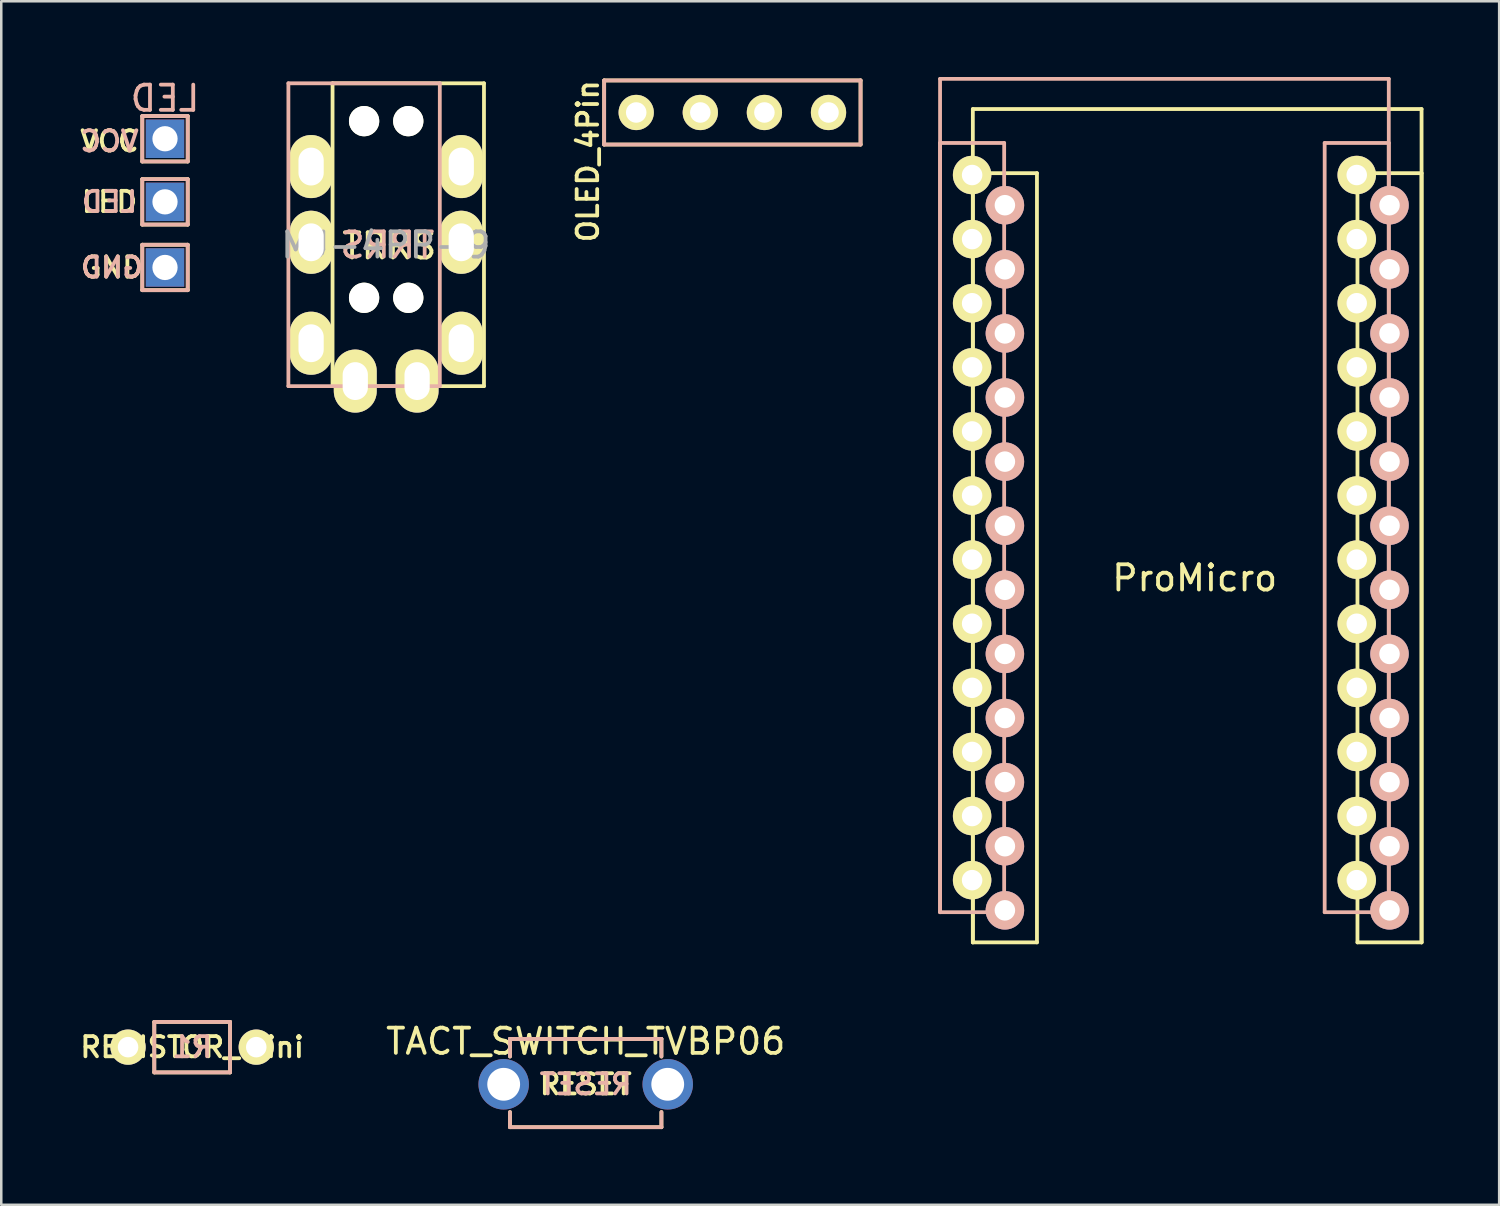
<source format=kicad_pcb>
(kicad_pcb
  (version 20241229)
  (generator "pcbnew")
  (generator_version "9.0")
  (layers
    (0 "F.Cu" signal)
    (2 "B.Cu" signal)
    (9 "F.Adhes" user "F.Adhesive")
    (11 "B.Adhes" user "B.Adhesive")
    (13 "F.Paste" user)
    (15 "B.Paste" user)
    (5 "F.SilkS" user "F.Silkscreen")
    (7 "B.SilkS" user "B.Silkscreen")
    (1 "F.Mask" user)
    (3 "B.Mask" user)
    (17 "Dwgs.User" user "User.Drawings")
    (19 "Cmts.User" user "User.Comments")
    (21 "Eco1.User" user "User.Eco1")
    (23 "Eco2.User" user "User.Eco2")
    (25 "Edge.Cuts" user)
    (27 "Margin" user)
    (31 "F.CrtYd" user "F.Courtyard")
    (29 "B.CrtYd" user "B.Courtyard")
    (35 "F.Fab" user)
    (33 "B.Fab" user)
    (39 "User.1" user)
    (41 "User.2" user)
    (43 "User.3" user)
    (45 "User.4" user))
  (footprint "ProMicro"
    (layer "F.Cu")
    (at 44.289 18.655)
    (property "Reference" "ProMicro" (at 0 1.2 0) (layer "F.SilkS") (effects (font (size 1 1) (thickness 0.15))))
    (attr through_hole)
    (fp_line (start -8.791 -17.384) (end -8.791 15.636) (stroke (width 0.15) (type solid)) (layer "F.SilkS"))
    (fp_line (start -8.791 -14.844) (end -8.791 15.636) (stroke (width 0.15) (type solid)) (layer "F.SilkS"))
    (fp_line (start -8.791 15.636) (end -6.251 15.636) (stroke (width 0.15) (type solid)) (layer "F.SilkS"))
    (fp_line (start -6.251 -14.844) (end -8.791 -14.844) (stroke (width 0.15) (type solid)) (layer "F.SilkS"))
    (fp_line (start -6.251 15.636) (end -6.251 -14.844) (stroke (width 0.15) (type solid)) (layer "F.SilkS"))
    (fp_line (start 6.449 -14.844) (end 6.449 15.636) (stroke (width 0.15) (type solid)) (layer "F.SilkS"))
    (fp_line (start 6.449 15.636) (end 8.989 15.636) (stroke (width 0.15) (type solid)) (layer "F.SilkS"))
    (fp_line (start 8.989 -17.384) (end -8.791 -17.384) (stroke (width 0.15) (type solid)) (layer "F.SilkS"))
    (fp_line (start 8.989 -14.844) (end 6.449 -14.844) (stroke (width 0.15) (type solid)) (layer "F.SilkS"))
    (fp_line (start 8.989 15.636) (end 8.989 -17.384) (stroke (width 0.15) (type solid)) (layer "F.SilkS"))
    (fp_line (start 8.989 15.636) (end 8.989 -14.844) (stroke (width 0.15) (type solid)) (layer "F.SilkS"))
    (fp_line (start -10.09 -18.58) (end 7.69 -18.58) (stroke (width 0.15) (type solid)) (layer "B.SilkS"))
    (fp_line (start -10.09 -16.04) (end -7.55 -16.04) (stroke (width 0.15) (type solid)) (layer "B.SilkS"))
    (fp_line (start -10.09 14.44) (end -10.09 -18.58) (stroke (width 0.15) (type solid)) (layer "B.SilkS"))
    (fp_line (start -10.09 14.44) (end -10.09 -16.04) (stroke (width 0.15) (type solid)) (layer "B.SilkS"))
    (fp_line (start -7.55 -16.04) (end -7.55 14.44) (stroke (width 0.15) (type solid)) (layer "B.SilkS"))
    (fp_line (start -7.55 14.44) (end -10.09 14.44) (stroke (width 0.15) (type solid)) (layer "B.SilkS"))
    (fp_line (start 5.15 -16.04) (end 7.69 -16.04) (stroke (width 0.15) (type solid)) (layer "B.SilkS"))
    (fp_line (start 5.15 14.44) (end 5.15 -16.04) (stroke (width 0.15) (type solid)) (layer "B.SilkS"))
    (fp_line (start 7.69 -18.58) (end 7.69 14.44) (stroke (width 0.15) (type solid)) (layer "B.SilkS"))
    (fp_line (start 7.69 -16.04) (end 7.69 14.44) (stroke (width 0.15) (type solid)) (layer "B.SilkS"))
    (fp_line (start 7.69 14.44) (end 5.15 14.44) (stroke (width 0.15) (type solid)) (layer "B.SilkS"))
    (pad "1" thru_hole circle (at -8.82 -14.77) (size 1.524 1.524) (drill 0.813) (layers "*.Cu" "*.Mask" "F.SilkS"))
    (pad "1" thru_hole circle (at 7.719 -13.574 180) (size 1.524 1.524) (drill 0.813) (layers "*.Cu" "*.Mask" "B.SilkS"))
    (pad "2" thru_hole circle (at -8.82 -12.23) (size 1.524 1.524) (drill 0.813) (layers "*.Cu" "*.Mask" "F.SilkS"))
    (pad "2" thru_hole circle (at 7.719 -11.034 180) (size 1.524 1.524) (drill 0.813) (layers "*.Cu" "*.Mask" "B.SilkS"))
    (pad "3" thru_hole circle (at -8.82 -9.69) (size 1.524 1.524) (drill 0.813) (layers "*.Cu" "*.Mask" "F.SilkS"))
    (pad "3" thru_hole circle (at 7.719 -8.494 180) (size 1.524 1.524) (drill 0.813) (layers "*.Cu" "*.Mask" "B.SilkS"))
    (pad "4" thru_hole circle (at -8.82 -7.15) (size 1.524 1.524) (drill 0.813) (layers "*.Cu" "*.Mask" "F.SilkS"))
    (pad "4" thru_hole circle (at 7.719 -5.954 180) (size 1.524 1.524) (drill 0.813) (layers "*.Cu" "*.Mask" "B.SilkS"))
    (pad "5" thru_hole circle (at -8.82 -4.61) (size 1.524 1.524) (drill 0.813) (layers "*.Cu" "*.Mask" "F.SilkS"))
    (pad "5" thru_hole circle (at 7.719 -3.414 180) (size 1.524 1.524) (drill 0.813) (layers "*.Cu" "*.Mask" "B.SilkS"))
    (pad "6" thru_hole circle (at -8.82 -2.07) (size 1.524 1.524) (drill 0.813) (layers "*.Cu" "*.Mask" "F.SilkS"))
    (pad "6" thru_hole circle (at 7.719 -0.874 180) (size 1.524 1.524) (drill 0.813) (layers "*.Cu" "*.Mask" "B.SilkS"))
    (pad "7" thru_hole circle (at -8.82 0.47) (size 1.524 1.524) (drill 0.813) (layers "*.Cu" "*.Mask" "F.SilkS"))
    (pad "7" thru_hole circle (at 7.719 1.666 180) (size 1.524 1.524) (drill 0.813) (layers "*.Cu" "*.Mask" "B.SilkS"))
    (pad "8" thru_hole circle (at -8.82 3.01) (size 1.524 1.524) (drill 0.813) (layers "*.Cu" "*.Mask" "F.SilkS"))
    (pad "8" thru_hole circle (at 7.719 4.206 180) (size 1.524 1.524) (drill 0.813) (layers "*.Cu" "*.Mask" "B.SilkS"))
    (pad "9" thru_hole circle (at -8.82 5.55) (size 1.524 1.524) (drill 0.813) (layers "*.Cu" "*.Mask" "F.SilkS"))
    (pad "9" thru_hole circle (at 7.719 6.746 180) (size 1.524 1.524) (drill 0.813) (layers "*.Cu" "*.Mask" "B.SilkS"))
    (pad "10" thru_hole circle (at -8.82 8.09) (size 1.524 1.524) (drill 0.813) (layers "*.Cu" "*.Mask" "F.SilkS"))
    (pad "10" thru_hole circle (at 7.719 9.286 180) (size 1.524 1.524) (drill 0.813) (layers "*.Cu" "*.Mask" "B.SilkS"))
    (pad "11" thru_hole circle (at -8.82 10.63) (size 1.524 1.524) (drill 0.813) (layers "*.Cu" "*.Mask" "F.SilkS"))
    (pad "11" thru_hole circle (at 7.719 11.826 180) (size 1.524 1.524) (drill 0.813) (layers "*.Cu" "*.Mask" "B.SilkS"))
    (pad "12" thru_hole circle (at -8.82 13.17) (size 1.524 1.524) (drill 0.813) (layers "*.Cu" "*.Mask" "F.SilkS"))
    (pad "12" thru_hole circle (at 7.719 14.366 180) (size 1.524 1.524) (drill 0.813) (layers "*.Cu" "*.Mask" "B.SilkS"))
    (pad "13" thru_hole circle (at -7.521 14.366 180) (size 1.524 1.524) (drill 0.813) (layers "*.Cu" "*.Mask" "B.SilkS"))
    (pad "13" thru_hole circle (at 6.42 13.17) (size 1.524 1.524) (drill 0.813) (layers "*.Cu" "*.Mask" "F.SilkS"))
    (pad "14" thru_hole circle (at -7.521 11.826 180) (size 1.524 1.524) (drill 0.813) (layers "*.Cu" "*.Mask" "B.SilkS"))
    (pad "14" thru_hole circle (at 6.42 10.63) (size 1.524 1.524) (drill 0.813) (layers "*.Cu" "*.Mask" "F.SilkS"))
    (pad "15" thru_hole circle (at -7.521 9.286 180) (size 1.524 1.524) (drill 0.813) (layers "*.Cu" "*.Mask" "B.SilkS"))
    (pad "15" thru_hole circle (at 6.42 8.09) (size 1.524 1.524) (drill 0.813) (layers "*.Cu" "*.Mask" "F.SilkS"))
    (pad "16" thru_hole circle (at -7.521 6.746 180) (size 1.524 1.524) (drill 0.813) (layers "*.Cu" "*.Mask" "B.SilkS"))
    (pad "16" thru_hole circle (at 6.42 5.55) (size 1.524 1.524) (drill 0.813) (layers "*.Cu" "*.Mask" "F.SilkS"))
    (pad "17" thru_hole circle (at -7.521 4.206 180) (size 1.524 1.524) (drill 0.813) (layers "*.Cu" "*.Mask" "B.SilkS"))
    (pad "17" thru_hole circle (at 6.42 3.01) (size 1.524 1.524) (drill 0.813) (layers "*.Cu" "*.Mask" "F.SilkS"))
    (pad "18" thru_hole circle (at -7.521 1.666 180) (size 1.524 1.524) (drill 0.813) (layers "*.Cu" "*.Mask" "B.SilkS"))
    (pad "18" thru_hole circle (at 6.42 0.47) (size 1.524 1.524) (drill 0.813) (layers "*.Cu" "*.Mask" "F.SilkS"))
    (pad "19" thru_hole circle (at -7.521 -0.874 180) (size 1.524 1.524) (drill 0.813) (layers "*.Cu" "*.Mask" "B.SilkS"))
    (pad "19" thru_hole circle (at 6.42 -2.07) (size 1.524 1.524) (drill 0.813) (layers "*.Cu" "*.Mask" "F.SilkS"))
    (pad "20" thru_hole circle (at -7.521 -3.414 180) (size 1.524 1.524) (drill 0.813) (layers "*.Cu" "*.Mask" "B.SilkS"))
    (pad "20" thru_hole circle (at 6.42 -4.61) (size 1.524 1.524) (drill 0.813) (layers "*.Cu" "*.Mask" "F.SilkS"))
    (pad "21" thru_hole circle (at -7.521 -5.954 180) (size 1.524 1.524) (drill 0.813) (layers "*.Cu" "*.Mask" "B.SilkS"))
    (pad "21" thru_hole circle (at 6.42 -7.15) (size 1.524 1.524) (drill 0.813) (layers "*.Cu" "*.Mask" "F.SilkS"))
    (pad "22" thru_hole circle (at -7.521 -8.494 180) (size 1.524 1.524) (drill 0.813) (layers "*.Cu" "*.Mask" "B.SilkS"))
    (pad "22" thru_hole circle (at 6.42 -9.69) (size 1.524 1.524) (drill 0.813) (layers "*.Cu" "*.Mask" "F.SilkS"))
    (pad "23" thru_hole circle (at -7.521 -11.034 180) (size 1.524 1.524) (drill 0.813) (layers "*.Cu" "*.Mask" "B.SilkS"))
    (pad "23" thru_hole circle (at 6.42 -12.23) (size 1.524 1.524) (drill 0.813) (layers "*.Cu" "*.Mask" "F.SilkS"))
    (pad "24" thru_hole circle (at -7.521 -13.574 180) (size 1.524 1.524) (drill 0.813) (layers "*.Cu" "*.Mask" "B.SilkS"))
    (pad "24" thru_hole circle (at 6.42 -14.77) (size 1.524 1.524) (drill 0.813) (layers "*.Cu" "*.Mask" "F.SilkS")))
  (footprint "OLED_4Pin"
    (layer "F.Cu")
    (at 22.159 1.407)
    (property "Reference" "OLED_4Pin" (at -1.915 1.93 90) (layer "F.SilkS") (effects (font (size 0.813 0.813) (thickness 0.15))))
    (attr through_hole)
    (fp_line (start -1.27 -1.27) (end 8.89 -1.27) (stroke (width 0.15) (type solid)) (layer "F.SilkS"))
    (fp_line (start -1.27 1.27) (end -1.27 -1.27) (stroke (width 0.15) (type solid)) (layer "F.SilkS"))
    (fp_line (start -1.27 1.27) (end 8.89 1.27) (stroke (width 0.15) (type solid)) (layer "F.SilkS"))
    (fp_line (start 8.89 -1.27) (end 8.89 1.27) (stroke (width 0.15) (type solid)) (layer "F.SilkS"))
    (fp_line (start -1.27 -1.27) (end 8.89 -1.27) (stroke (width 0.15) (type solid)) (layer "B.SilkS"))
    (fp_line (start -1.27 1.27) (end -1.27 -1.27) (stroke (width 0.15) (type solid)) (layer "B.SilkS"))
    (fp_line (start 8.89 -1.27) (end 8.89 1.27) (stroke (width 0.15) (type solid)) (layer "B.SilkS"))
    (fp_line (start 8.89 1.27) (end -1.27 1.27) (stroke (width 0.15) (type solid)) (layer "B.SilkS"))
    (pad "1" thru_hole circle (at 0 0) (size 1.397 1.397) (drill 0.813) (layers "*.Cu" "*.Mask" "F.SilkS"))
    (pad "2" thru_hole circle (at 2.54 0) (size 1.397 1.397) (drill 0.813) (layers "*.Cu" "*.Mask" "F.SilkS"))
    (pad "3" thru_hole circle (at 5.08 0) (size 1.397 1.397) (drill 0.813) (layers "*.Cu" "*.Mask" "F.SilkS"))
    (pad "4" thru_hole circle (at 7.62 0) (size 1.397 1.397) (drill 0.813) (layers "*.Cu" "*.Mask" "F.SilkS")))
  (footprint "RESISTOR_mini"
    (layer "F.Cu")
    (at 4.564 38.442)
    (property "Reference" "RESISTOR_mini" (at 0 0 0) (layer "F.SilkS") (effects (font (size 0.8 0.8) (thickness 0.15))))
    (attr through_hole)
    (fp_line (start -1.501 -1.001) (end -1.501 1.001) (stroke (width 0.15) (type solid)) (layer "F.SilkS"))
    (fp_line (start -1.501 1.001) (end 1.501 1.001) (stroke (width 0.15) (type solid)) (layer "F.SilkS"))
    (fp_line (start 1.501 -1.001) (end -1.501 -1.001) (stroke (width 0.15) (type solid)) (layer "F.SilkS"))
    (fp_line (start 1.501 1.001) (end 1.501 -1.001) (stroke (width 0.15) (type solid)) (layer "F.SilkS"))
    (fp_line (start -1.5 -1) (end 1.5 -1) (stroke (width 0.15) (type solid)) (layer "B.SilkS"))
    (fp_line (start -1.5 1) (end -1.5 -1) (stroke (width 0.15) (type solid)) (layer "B.SilkS"))
    (fp_line (start 1.5 -1) (end 1.5 1) (stroke (width 0.15) (type solid)) (layer "B.SilkS"))
    (fp_line (start 1.5 1) (end -1.5 1) (stroke (width 0.15) (type solid)) (layer "B.SilkS"))
    (fp_text user "R1" (at 0 0 0) (layer "B.SilkS") (effects (font (size 0.8 0.8) (thickness 0.15)) (justify mirror)))
    (pad "1" thru_hole circle (at -2.54 0) (size 1.397 1.397) (drill 0.813) (layers "*.Cu" "*.Mask" "F.SilkS"))
    (pad "2" thru_hole circle (at 2.54 0) (size 1.397 1.397) (drill 0.813) (layers "*.Cu" "*.Mask" "F.SilkS")))
  (footprint "LED"
    (layer "F.Cu")
    (at 3.488 2.448)
    (property "Reference" "LED" (at 0 -1.6 0) (layer "B.SilkS") (effects (font (size 1 1) (thickness 0.15)) (justify mirror)))
    (attr through_hole)
    (fp_line (start -0.9 -0.9) (end 0.9 -0.9) (stroke (width 0.15) (type solid)) (layer "F.SilkS"))
    (fp_line (start -0.9 0.9) (end -0.9 -0.9) (stroke (width 0.15) (type solid)) (layer "F.SilkS"))
    (fp_line (start -0.9 1.6) (end -0.9 3.4) (stroke (width 0.15) (type solid)) (layer "F.SilkS"))
    (fp_line (start -0.9 1.6) (end 0.9 1.6) (stroke (width 0.15) (type solid)) (layer "F.SilkS"))
    (fp_line (start -0.9 4.2) (end -0.9 6) (stroke (width 0.15) (type solid)) (layer "F.SilkS"))
    (fp_line (start -0.9 4.2) (end 0.9 4.2) (stroke (width 0.15) (type solid)) (layer "F.SilkS"))
    (fp_line (start 0.9 -0.9) (end 0.9 0.9) (stroke (width 0.15) (type solid)) (layer "F.SilkS"))
    (fp_line (start 0.9 0.9) (end -0.9 0.9) (stroke (width 0.15) (type solid)) (layer "F.SilkS"))
    (fp_line (start 0.9 1.6) (end 0.9 3.4) (stroke (width 0.15) (type solid)) (layer "F.SilkS"))
    (fp_line (start 0.9 3.4) (end -0.9 3.4) (stroke (width 0.15) (type solid)) (layer "F.SilkS"))
    (fp_line (start 0.9 4.2) (end 0.9 6) (stroke (width 0.15) (type solid)) (layer "F.SilkS"))
    (fp_line (start 0.9 6) (end -0.9 6) (stroke (width 0.15) (type solid)) (layer "F.SilkS"))
    (fp_line (start -0.9 -0.9) (end 0.9 -0.9) (stroke (width 0.15) (type solid)) (layer "B.SilkS"))
    (fp_line (start -0.9 0.9) (end -0.9 -0.9) (stroke (width 0.15) (type solid)) (layer "B.SilkS"))
    (fp_line (start -0.9 1.6) (end 0.9 1.6) (stroke (width 0.15) (type solid)) (layer "B.SilkS"))
    (fp_line (start -0.9 3.4) (end -0.9 1.6) (stroke (width 0.15) (type solid)) (layer "B.SilkS"))
    (fp_line (start -0.9 4.2) (end 0.9 4.2) (stroke (width 0.15) (type solid)) (layer "B.SilkS"))
    (fp_line (start -0.9 6) (end -0.9 4.2) (stroke (width 0.15) (type solid)) (layer "B.SilkS"))
    (fp_line (start 0.9 -0.9) (end 0.9 0.9) (stroke (width 0.15) (type solid)) (layer "B.SilkS"))
    (fp_line (start 0.9 0.9) (end -0.9 0.9) (stroke (width 0.15) (type solid)) (layer "B.SilkS"))
    (fp_line (start 0.9 1.6) (end 0.9 3.4) (stroke (width 0.15) (type solid)) (layer "B.SilkS"))
    (fp_line (start 0.9 3.4) (end -0.9 3.4) (stroke (width 0.15) (type solid)) (layer "B.SilkS"))
    (fp_line (start 0.9 4.2) (end 0.9 6) (stroke (width 0.15) (type solid)) (layer "B.SilkS"))
    (fp_line (start 0.9 6) (end -0.9 6) (stroke (width 0.15) (type solid)) (layer "B.SilkS"))
    (fp_text user "LED" (at -2.2 2.5 180) (layer "F.SilkS") (effects (font (size 0.8 0.8) (thickness 0.15))))
    (fp_text user "VCC" (at -2.2 0.1 0) (layer "F.SilkS") (effects (font (size 0.8 0.8) (thickness 0.15))))
    (fp_text user "GND" (at -2.1 5.1 0) (layer "F.SilkS") (effects (font (size 0.8 0.8) (thickness 0.15))))
    (fp_text user "LED" (at -2.2 2.5 0) (layer "B.SilkS") (effects (font (size 0.8 0.8) (thickness 0.15)) (justify mirror)))
    (fp_text user "VCC" (at -2.2 0.1 0) (layer "B.SilkS") (effects (font (size 0.8 0.8) (thickness 0.15)) (justify mirror)))
    (fp_text user "GND" (at -2.1 5.1 0) (layer "B.SilkS") (effects (font (size 0.8 0.8) (thickness 0.15)) (justify mirror)))
    (pad "1" thru_hole rect (at 0 0 90) (size 1.524 1.524) (drill 1) (layers "*.Cu" "*.Mask"))
    (pad "2" thru_hole rect (at 0 2.5) (size 1.524 1.524) (drill 1) (layers "*.Cu" "*.Mask"))
    (pad "3" thru_hole rect (at 0 5.1) (size 1.524 1.524) (drill 1) (layers "*.Cu" "*.Mask")))
  (footprint "MJ-4PP-9"
    (layer "F.Cu")
    (at 13.127 0.25)
    (property "Reference" "MJ-4PP-9" (at -0.889 6.413 0) (layer "F.Fab") (effects (font (size 1 1) (thickness 0.15))))
    (attr through_hole)
    (fp_line (start -3 0) (end 3 0) (stroke (width 0.15) (type solid)) (layer "F.SilkS"))
    (fp_line (start -3 12) (end -3 0) (stroke (width 0.15) (type solid)) (layer "F.SilkS"))
    (fp_line (start 3 0) (end 3 12) (stroke (width 0.15) (type solid)) (layer "F.SilkS"))
    (fp_line (start 3 12) (end -3 12) (stroke (width 0.15) (type solid)) (layer "F.SilkS"))
    (fp_line (start -4.75 0) (end 1.25 0) (stroke (width 0.15) (type solid)) (layer "B.SilkS"))
    (fp_line (start -4.75 12) (end -4.75 0) (stroke (width 0.15) (type solid)) (layer "B.SilkS"))
    (fp_line (start 1.25 0) (end 1.25 12) (stroke (width 0.15) (type solid)) (layer "B.SilkS"))
    (fp_line (start 1.25 12) (end -4.75 12) (stroke (width 0.15) (type solid)) (layer "B.SilkS"))
    (fp_text user "TRRS" (at -0.75 6.45 0) (layer "F.SilkS") (effects (font (size 1 1) (thickness 0.15))))
    (fp_text user "TRRS" (at -0.826 6.413 0) (layer "B.SilkS") (effects (font (size 1 1) (thickness 0.15)) (justify mirror)))
    (pad "" np_thru_hole circle (at -1.75 1.5) (size 1.2 1.2) (drill 1.2) (layers "*.Cu" "*.Mask" "F.SilkS"))
    (pad "" np_thru_hole circle (at -1.75 8.5) (size 1.2 1.2) (drill 1.2) (layers "*.Cu" "*.Mask" "F.SilkS"))
    (pad "" np_thru_hole circle (at 0 1.5) (size 1.2 1.2) (drill 1.2) (layers "*.Cu" "*.Mask" "F.SilkS"))
    (pad "" np_thru_hole circle (at 0 8.5) (size 1.2 1.2) (drill 1.2) (layers "*.Cu" "*.Mask" "F.SilkS"))
    (pad "1" thru_hole oval (at -3.85 10.3) (size 1.7 2.5) (drill oval 1 1.5) (layers "*.Cu" "*.Mask" "F.SilkS"))
    (pad "1" thru_hole oval (at 2.1 10.3) (size 1.7 2.5) (drill oval 1 1.5) (layers "*.Cu" "*.Mask" "F.SilkS"))
    (pad "2" thru_hole oval (at -3.85 6.3) (size 1.7 2.5) (drill oval 1 1.5) (layers "*.Cu" "*.Mask" "F.SilkS"))
    (pad "2" thru_hole oval (at 2.1 6.3) (size 1.7 2.5) (drill oval 1 1.5) (layers "*.Cu" "*.Mask" "F.SilkS"))
    (pad "3" thru_hole oval (at -3.85 3.3) (size 1.7 2.5) (drill oval 1 1.5) (layers "*.Cu" "*.Mask" "F.SilkS"))
    (pad "3" thru_hole oval (at 2.1 3.3) (size 1.7 2.5) (drill oval 1 1.5) (layers "*.Cu" "*.Mask" "F.SilkS"))
    (pad "4" thru_hole oval (at -2.1 11.8) (size 1.7 2.5) (drill oval 1 1.5) (layers "*.Cu" "*.Mask" "F.SilkS"))
    (pad "4" thru_hole oval (at 0.35 11.8) (size 1.7 2.5) (drill oval 1 1.5) (layers "*.Cu" "*.Mask" "F.SilkS")))
  (footprint "TACT_SWITCH_TVBP06"
    (layer "F.Cu")
    (at 20.158 39.914)
    (property "Reference" "TACT_SWITCH_TVBP06" (at 0 -1.7 180) (layer "F.SilkS") (effects (font (size 1 1) (thickness 0.15))))
    (attr through_hole)
    (fp_line (start -3 -1.8) (end -3 -1.1) (stroke (width 0.15) (type solid)) (layer "F.SilkS"))
    (fp_line (start -3 1.7) (end -3 1.1) (stroke (width 0.15) (type solid)) (layer "F.SilkS"))
    (fp_line (start -3 1.7) (end 3 1.7) (stroke (width 0.15) (type solid)) (layer "F.SilkS"))
    (fp_line (start 3 -1.8) (end -3 -1.8) (stroke (width 0.15) (type solid)) (layer "F.SilkS"))
    (fp_line (start 3 -1.8) (end 3 -1.1) (stroke (width 0.15) (type solid)) (layer "F.SilkS"))
    (fp_line (start 3 1.7) (end 3 1.1) (stroke (width 0.15) (type solid)) (layer "F.SilkS"))
    (fp_line (start -3 -1.8) (end -3 -1.1) (stroke (width 0.15) (type solid)) (layer "B.SilkS"))
    (fp_line (start -3 -1.8) (end 2.9 -1.8) (stroke (width 0.15) (type solid)) (layer "B.SilkS"))
    (fp_line (start -3 -1.8) (end 3 -1.8) (stroke (width 0.15) (type solid)) (layer "B.SilkS"))
    (fp_line (start -3 1.7) (end -3 1.1) (stroke (width 0.15) (type solid)) (layer "B.SilkS"))
    (fp_line (start 3 -1.8) (end 3 -1.1) (stroke (width 0.15) (type solid)) (layer "B.SilkS"))
    (fp_line (start 3 1.7) (end -3 1.7) (stroke (width 0.15) (type solid)) (layer "B.SilkS"))
    (fp_line (start 3 1.7) (end 3 1.1) (stroke (width 0.15) (type solid)) (layer "B.SilkS"))
    (fp_text user "RESET" (at 0 0 0) (layer "F.SilkS") (effects (font (size 0.8 0.8) (thickness 0.15))))
    (fp_text user "RESET" (at 0 0 180) (layer "B.SilkS") (effects (font (size 0.8 0.8) (thickness 0.15)) (justify mirror)))
    (pad "1" thru_hole circle (at -3.25 0) (size 2 2) (drill 1.3) (layers "*.Cu" "*.Mask"))
    (pad "2" thru_hole circle (at 3.25 0) (size 2 2) (drill 1.3) (layers "*.Cu" "*.Mask")))
  (gr_rect
    (start -3 -3)
    (end 56.353 44.689)
    (stroke (width 0.1) (type default))
    (fill no)
    (layer "Edge.Cuts")))
</source>
